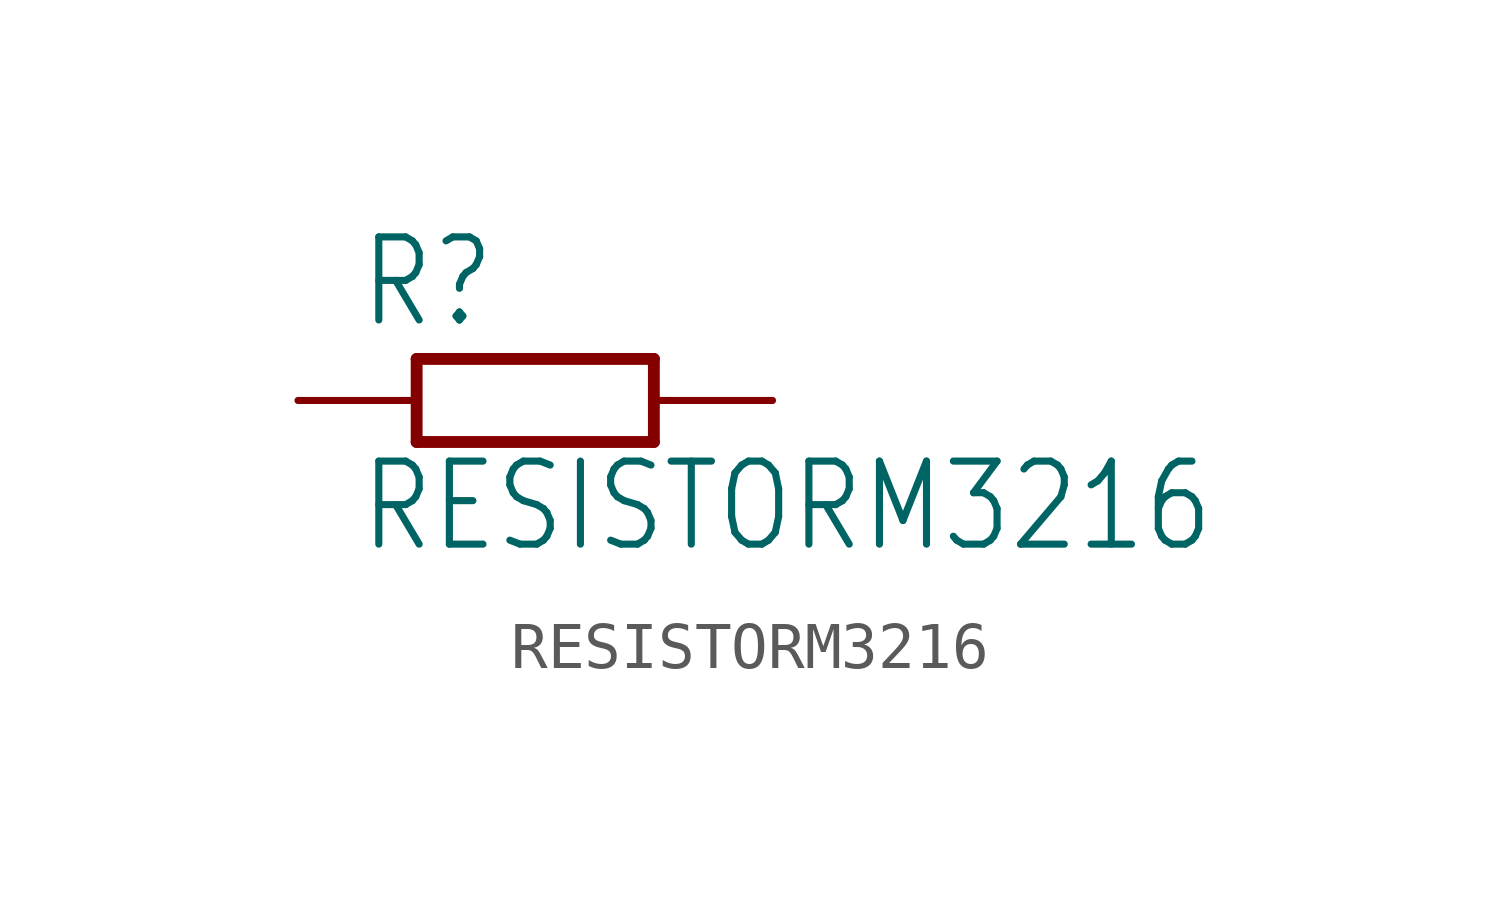
<source format=kicad_sym>
(kicad_symbol_lib
  (version 20211014)
  (generator kicad_symbol_editor)
  (symbol "RESISTORM3216"
    (property "Reference" "R"
      (at -3.81 1.499 0)
      (effects (font (size 1.778 1.511)) (justify left bottom)))
    (property "Value" "RESISTORM3216"
      (at -3.81 -3.302 0)
      (effects (font (size 1.778 1.511)) (justify left bottom)))
    (property "ki_locked" ""
      (at 0 0 0)
      (effects (font (size 1.27 1.27))))
    (symbol "RESISTORM3216_1_0"
      (polyline (pts (xy -2.54 -0.889) (xy -2.54 0.889)) (stroke (width 0.254) (type default) (color 0 0 0 0)) (fill (type none)))
      (polyline (pts (xy -2.54 -0.889) (xy 2.54 -0.889)) (stroke (width 0.254) (type default) (color 0 0 0 0)) (fill (type none)))
      (polyline (pts (xy 2.54 -0.889) (xy 2.54 0.889)) (stroke (width 0.254) (type default) (color 0 0 0 0)) (fill (type none)))
      (polyline (pts (xy 2.54 0.889) (xy -2.54 0.889)) (stroke (width 0.254) (type default) (color 0 0 0 0)) (fill (type none)))
      (pin passive line (at -5.08 0 0) (length 2.54) (name "1" (effects (font (size 0 0)))) (number "1" (effects (font (size 0 0)))))
      (pin passive line (at 5.08 0 180) (length 2.54) (name "2" (effects (font (size 0 0)))) (number "2" (effects (font (size 0 0))))))))
</source>
